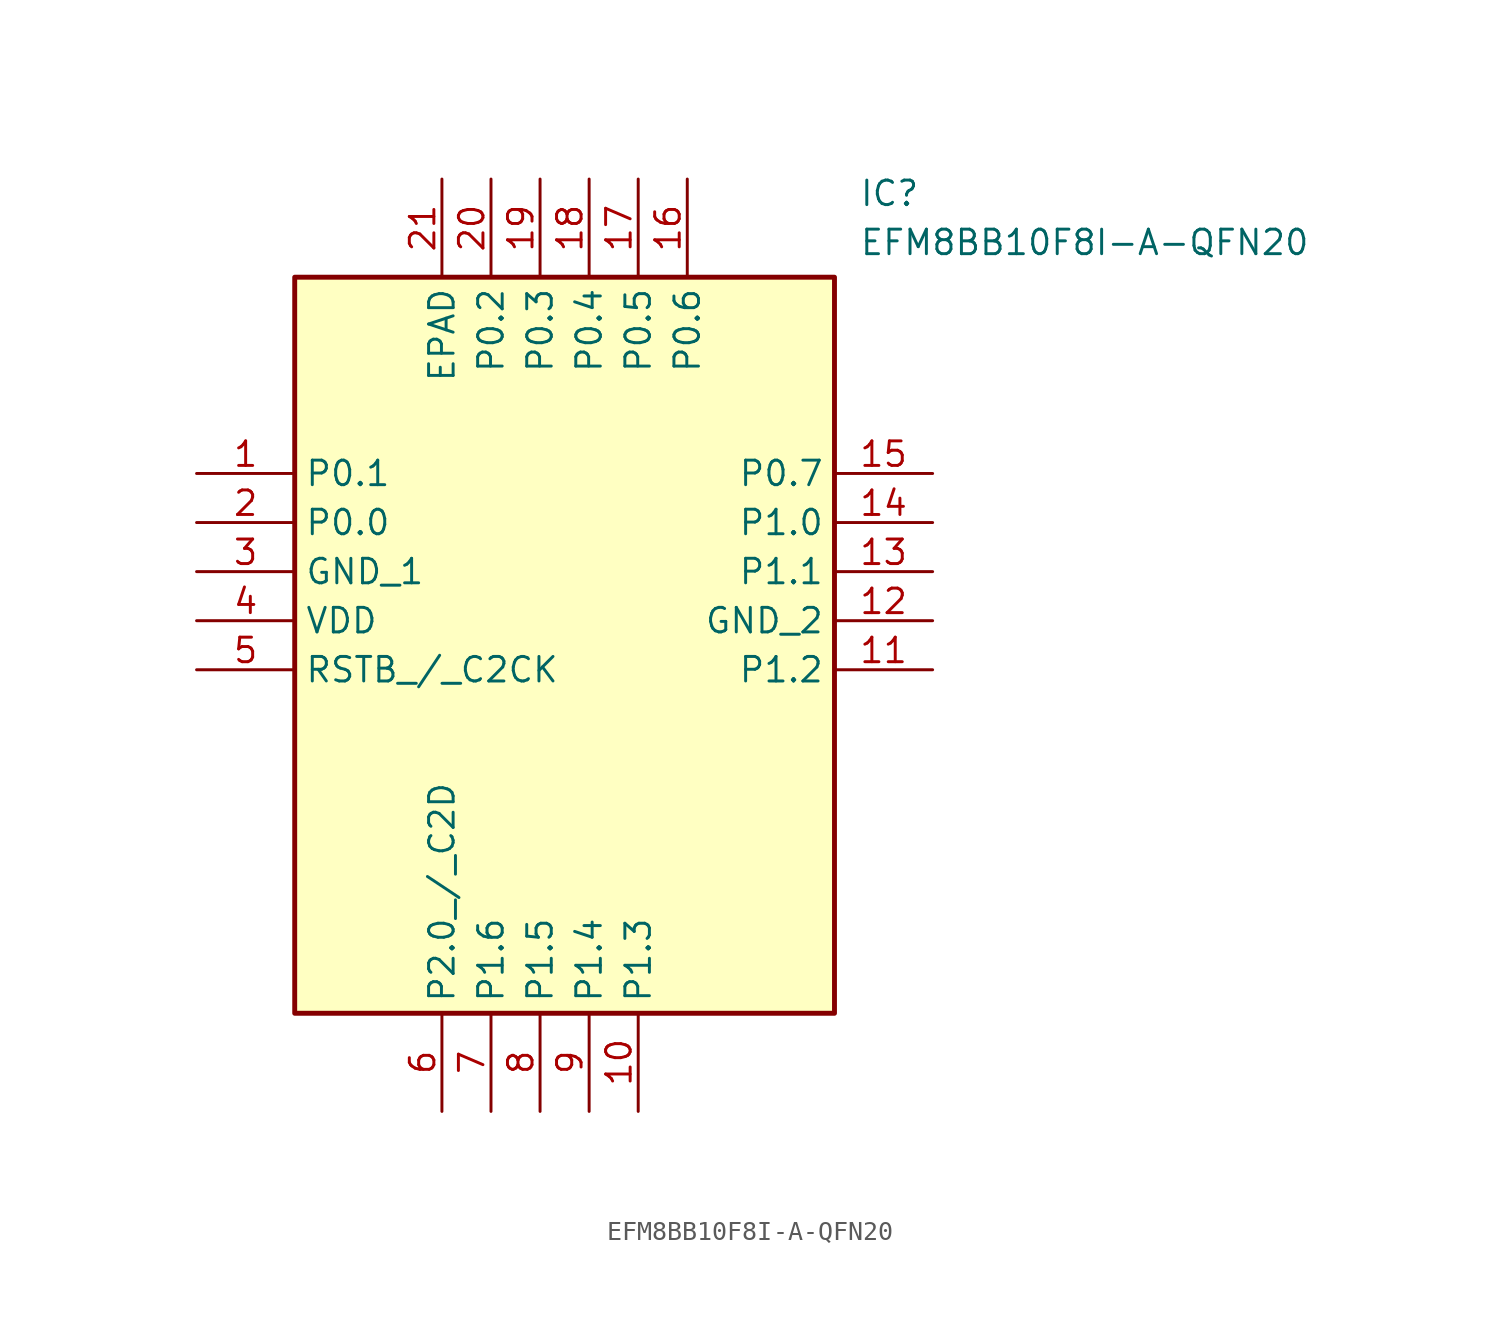
<source format=kicad_sym>
(kicad_symbol_lib
  (version 20220914)
  (generator SamacSys_ECAD_Model)
  (symbol "EFM8BB10F8I-A-QFN20"
    (property "Reference" "IC"
      (at 34.29 15.24 0)
      (effects (font (size 1.27 1.27)) (justify left top)))
    (property "Value" "EFM8BB10F8I-A-QFN20"
      (at 34.29 12.7 0)
      (effects (font (size 1.27 1.27)) (justify left top)))
    (rectangle
      (start 5.08 10.16)
      (end 33.02 -27.94)
      (stroke (width 0.254) (type default))
      (fill (type background)))
    (pin passive line
      (at 0 0 0)
      (length 5.08)
      (name "P0.1" (effects (font (size 1.27 1.27))))
      (number "1" (effects (font (size 1.27 1.27)))))
    (pin passive line
      (at 0 -2.54 0)
      (length 5.08)
      (name "P0.0" (effects (font (size 1.27 1.27))))
      (number "2" (effects (font (size 1.27 1.27)))))
    (pin passive line
      (at 0 -5.08 0)
      (length 5.08)
      (name "GND_1" (effects (font (size 1.27 1.27))))
      (number "3" (effects (font (size 1.27 1.27)))))
    (pin passive line
      (at 0 -7.62 0)
      (length 5.08)
      (name "VDD" (effects (font (size 1.27 1.27))))
      (number "4" (effects (font (size 1.27 1.27)))))
    (pin passive line
      (at 0 -10.16 0)
      (length 5.08)
      (name "RSTB_/_C2CK" (effects (font (size 1.27 1.27))))
      (number "5" (effects (font (size 1.27 1.27)))))
    (pin passive line
      (at 12.7 -33.02 90)
      (length 5.08)
      (name "P2.0_/_C2D" (effects (font (size 1.27 1.27))))
      (number "6" (effects (font (size 1.27 1.27)))))
    (pin passive line
      (at 15.24 -33.02 90)
      (length 5.08)
      (name "P1.6" (effects (font (size 1.27 1.27))))
      (number "7" (effects (font (size 1.27 1.27)))))
    (pin passive line
      (at 17.78 -33.02 90)
      (length 5.08)
      (name "P1.5" (effects (font (size 1.27 1.27))))
      (number "8" (effects (font (size 1.27 1.27)))))
    (pin passive line
      (at 20.32 -33.02 90)
      (length 5.08)
      (name "P1.4" (effects (font (size 1.27 1.27))))
      (number "9" (effects (font (size 1.27 1.27)))))
    (pin passive line
      (at 22.86 -33.02 90)
      (length 5.08)
      (name "P1.3" (effects (font (size 1.27 1.27))))
      (number "10" (effects (font (size 1.27 1.27)))))
    (pin passive line
      (at 38.1 0 180)
      (length 5.08)
      (name "P0.7" (effects (font (size 1.27 1.27))))
      (number "15" (effects (font (size 1.27 1.27)))))
    (pin passive line
      (at 38.1 -2.54 180)
      (length 5.08)
      (name "P1.0" (effects (font (size 1.27 1.27))))
      (number "14" (effects (font (size 1.27 1.27)))))
    (pin passive line
      (at 38.1 -5.08 180)
      (length 5.08)
      (name "P1.1" (effects (font (size 1.27 1.27))))
      (number "13" (effects (font (size 1.27 1.27)))))
    (pin passive line
      (at 38.1 -7.62 180)
      (length 5.08)
      (name "GND_2" (effects (font (size 1.27 1.27))))
      (number "12" (effects (font (size 1.27 1.27)))))
    (pin passive line
      (at 38.1 -10.16 180)
      (length 5.08)
      (name "P1.2" (effects (font (size 1.27 1.27))))
      (number "11" (effects (font (size 1.27 1.27)))))
    (pin passive line
      (at 12.7 15.24 270)
      (length 5.08)
      (name "EPAD" (effects (font (size 1.27 1.27))))
      (number "21" (effects (font (size 1.27 1.27)))))
    (pin passive line
      (at 15.24 15.24 270)
      (length 5.08)
      (name "P0.2" (effects (font (size 1.27 1.27))))
      (number "20" (effects (font (size 1.27 1.27)))))
    (pin passive line
      (at 17.78 15.24 270)
      (length 5.08)
      (name "P0.3" (effects (font (size 1.27 1.27))))
      (number "19" (effects (font (size 1.27 1.27)))))
    (pin passive line
      (at 20.32 15.24 270)
      (length 5.08)
      (name "P0.4" (effects (font (size 1.27 1.27))))
      (number "18" (effects (font (size 1.27 1.27)))))
    (pin passive line
      (at 22.86 15.24 270)
      (length 5.08)
      (name "P0.5" (effects (font (size 1.27 1.27))))
      (number "17" (effects (font (size 1.27 1.27)))))
    (pin passive line
      (at 25.4 15.24 270)
      (length 5.08)
      (name "P0.6" (effects (font (size 1.27 1.27))))
      (number "16" (effects (font (size 1.27 1.27)))))))
</source>
